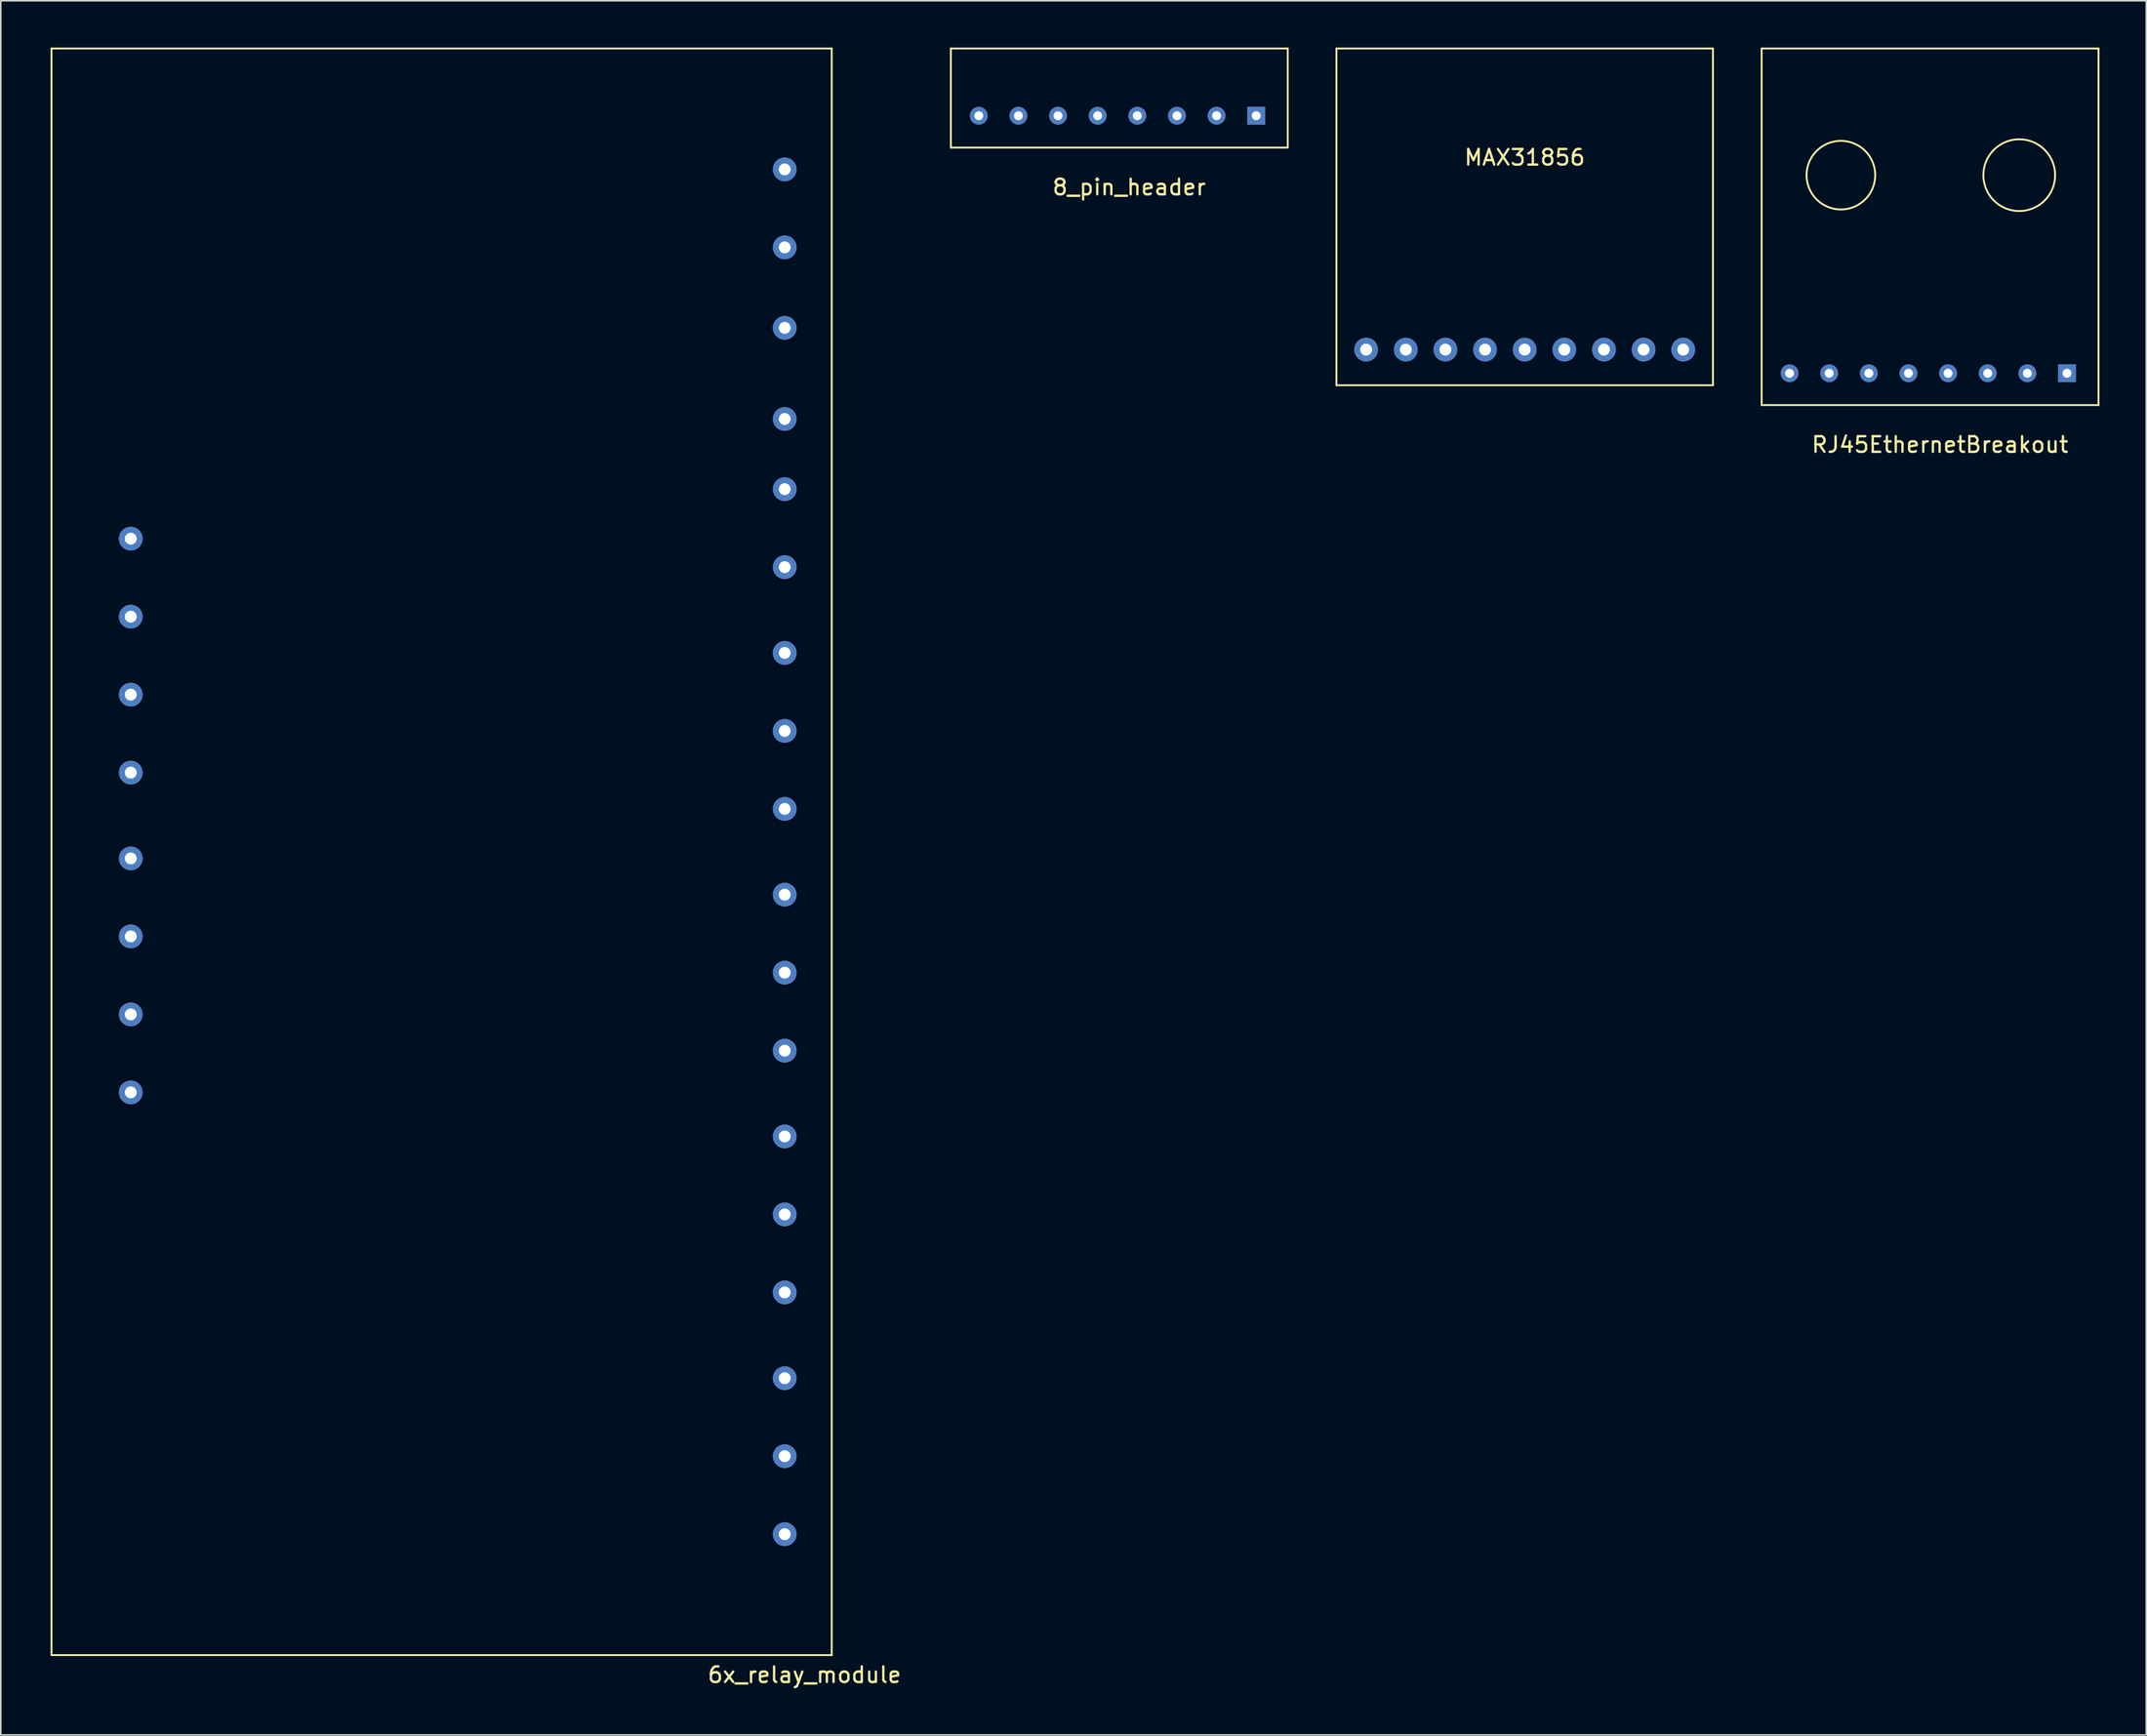
<source format=kicad_pcb>
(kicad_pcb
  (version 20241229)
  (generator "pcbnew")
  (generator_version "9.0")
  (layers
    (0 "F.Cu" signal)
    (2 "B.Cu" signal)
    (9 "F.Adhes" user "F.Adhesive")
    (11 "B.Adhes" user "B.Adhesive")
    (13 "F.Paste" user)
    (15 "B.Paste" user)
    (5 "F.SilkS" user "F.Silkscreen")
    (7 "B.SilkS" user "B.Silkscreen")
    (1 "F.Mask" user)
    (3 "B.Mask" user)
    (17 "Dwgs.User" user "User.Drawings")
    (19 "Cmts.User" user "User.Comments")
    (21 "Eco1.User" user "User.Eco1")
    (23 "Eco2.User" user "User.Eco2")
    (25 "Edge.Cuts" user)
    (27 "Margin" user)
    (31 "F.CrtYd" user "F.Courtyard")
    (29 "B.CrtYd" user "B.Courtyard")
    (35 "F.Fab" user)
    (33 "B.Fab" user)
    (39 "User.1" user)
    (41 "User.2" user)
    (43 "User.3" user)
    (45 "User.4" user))
  (footprint "8_pin_header"
    (layer "F.Cu")
    (at 69.315 4.37)
    (property "Reference" "8_pin_header" (at 0 4.58 0) (layer "F.SilkS") (effects (font (size 1 1) (thickness 0.15))))
    (attr through_hole)
    (fp_line (start -11.43 -4.31) (end 10.16 -4.31) (stroke (width 0.12) (type solid)) (layer "F.SilkS"))
    (fp_line (start -11.43 2.04) (end -11.43 -4.31) (stroke (width 0.12) (type solid)) (layer "F.SilkS"))
    (fp_line (start 10.16 -4.31) (end 10.16 2.04) (stroke (width 0.12) (type solid)) (layer "F.SilkS"))
    (fp_line (start 10.16 2.04) (end -11.43 2.04) (stroke (width 0.12) (type solid)) (layer "F.SilkS"))
    (pad "1" thru_hole rect (at 8.14 0) (size 1.143 1.143) (drill 0.572) (layers "*.Cu" "*.Mask"))
    (pad "2" thru_hole circle (at 5.6 0) (size 1.143 1.143) (drill 0.572) (layers "*.Cu" "*.Mask"))
    (pad "3" thru_hole circle (at 3.06 0) (size 1.143 1.143) (drill 0.572) (layers "*.Cu" "*.Mask"))
    (pad "4" thru_hole circle (at 0.52 0) (size 1.143 1.143) (drill 0.572) (layers "*.Cu" "*.Mask"))
    (pad "5" thru_hole circle (at -2.02 0) (size 1.143 1.143) (drill 0.572) (layers "*.Cu" "*.Mask"))
    (pad "6" thru_hole circle (at -4.56 0) (size 1.143 1.143) (drill 0.572) (layers "*.Cu" "*.Mask"))
    (pad "7" thru_hole circle (at -7.1 0) (size 1.143 1.143) (drill 0.572) (layers "*.Cu" "*.Mask"))
    (pad "8" thru_hole circle (at -9.64 0) (size 1.143 1.143) (drill 0.572) (layers "*.Cu" "*.Mask")))
  (footprint "6x_relay_module"
    (layer "F.Cu")
    (at 0.25 103.06)
    (property "Reference" "6x_relay_module" (at 48.26 1.27 0) (layer "F.SilkS") (effects (font (size 1 1) (thickness 0.15))))
    (attr through_hole)
    (fp_line (start 0 -103) (end 50 -103) (stroke (width 0.12) (type solid)) (layer "F.SilkS"))
    (fp_line (start 0 0) (end 0 -103) (stroke (width 0.12) (type solid)) (layer "F.SilkS"))
    (fp_line (start 50 0) (end 0 0) (stroke (width 0.12) (type solid)) (layer "F.SilkS"))
    (fp_line (start 50 0) (end 50 -103) (stroke (width 0.12) (type solid)) (layer "F.SilkS"))
    (pad "1" thru_hole circle (at 5.08 -71.575) (size 1.524 1.524) (drill 0.762) (layers "*.Cu" "*.Mask"))
    (pad "2" thru_hole circle (at 5.08 -66.575) (size 1.524 1.524) (drill 0.762) (layers "*.Cu" "*.Mask"))
    (pad "3" thru_hole circle (at 5.08 -61.575) (size 1.524 1.524) (drill 0.762) (layers "*.Cu" "*.Mask"))
    (pad "4" thru_hole circle (at 5.08 -56.575) (size 1.524 1.524) (drill 0.762) (layers "*.Cu" "*.Mask"))
    (pad "5" thru_hole circle (at 5.08 -51.075) (size 1.524 1.524) (drill 0.762) (layers "*.Cu" "*.Mask"))
    (pad "6" thru_hole circle (at 5.08 -46.075) (size 1.524 1.524) (drill 0.762) (layers "*.Cu" "*.Mask"))
    (pad "7" thru_hole circle (at 5.08 -41.075) (size 1.524 1.524) (drill 0.762) (layers "*.Cu" "*.Mask" "Eco2.User"))
    (pad "8" thru_hole circle (at 5.08 -36.075) (size 1.524 1.524) (drill 0.762) (layers "*.Cu" "*.Mask"))
    (pad "9" thru_hole circle (at 46.99 -95.25) (size 1.524 1.524) (drill 0.762) (layers "*.Cu" "*.Mask"))
    (pad "10" thru_hole circle (at 46.99 -90.25) (size 1.524 1.524) (drill 0.762) (layers "*.Cu" "*.Mask"))
    (pad "11" thru_hole circle (at 46.99 -85.09) (size 1.524 1.524) (drill 0.762) (layers "*.Cu" "*.Mask"))
    (pad "12" thru_hole circle (at 46.99 -79.25) (size 1.524 1.524) (drill 0.762) (layers "*.Cu" "*.Mask"))
    (pad "13" thru_hole circle (at 46.99 -74.75) (size 1.524 1.524) (drill 0.762) (layers "*.Cu" "*.Mask"))
    (pad "14" thru_hole circle (at 46.99 -69.75) (size 1.524 1.524) (drill 0.762) (layers "*.Cu" "*.Mask"))
    (pad "15" thru_hole circle (at 46.99 -64.25) (size 1.524 1.524) (drill 0.762) (layers "*.Cu" "*.Mask"))
    (pad "16" thru_hole circle (at 46.99 -59.25) (size 1.524 1.524) (drill 0.762) (layers "*.Cu" "*.Mask"))
    (pad "17" thru_hole circle (at 46.99 -54.25) (size 1.524 1.524) (drill 0.762) (layers "*.Cu" "*.Mask"))
    (pad "18" thru_hole circle (at 46.99 -48.75) (size 1.524 1.524) (drill 0.762) (layers "*.Cu" "*.Mask"))
    (pad "19" thru_hole circle (at 46.99 -43.75) (size 1.524 1.524) (drill 0.762) (layers "*.Cu" "*.Mask"))
    (pad "20" thru_hole circle (at 46.99 -38.75) (size 1.524 1.524) (drill 0.762) (layers "*.Cu" "*.Mask"))
    (pad "21" thru_hole circle (at 46.99 -33.25) (size 1.524 1.524) (drill 0.762) (layers "*.Cu" "*.Mask"))
    (pad "22" thru_hole circle (at 46.99 -28.25) (size 1.524 1.524) (drill 0.762) (layers "*.Cu" "*.Mask"))
    (pad "23" thru_hole circle (at 46.99 -23.25) (size 1.524 1.524) (drill 0.762) (layers "*.Cu" "*.Mask"))
    (pad "24" thru_hole circle (at 46.99 -17.75) (size 1.524 1.524) (drill 0.762) (layers "*.Cu" "*.Mask"))
    (pad "25" thru_hole circle (at 46.99 -12.75) (size 1.524 1.524) (drill 0.762) (layers "*.Cu" "*.Mask"))
    (pad "26" thru_hole circle (at 46.99 -7.75) (size 1.524 1.524) (drill 0.762) (layers "*.Cu" "*.Mask")))
  (footprint "RJ45EthernetBreakout"
    (layer "F.Cu")
    (at 121.275 11.49)
    (property "Reference" "RJ45EthernetBreakout" (at 0 13.97 0) (layer "F.SilkS") (effects (font (size 1 1) (thickness 0.15))))
    (attr through_hole)
    (fp_line (start -11.43 -11.43) (end 10.16 -11.43) (stroke (width 0.12) (type solid)) (layer "F.SilkS"))
    (fp_line (start -11.43 11.43) (end -11.43 -11.43) (stroke (width 0.12) (type solid)) (layer "F.SilkS"))
    (fp_line (start 10.16 -11.43) (end 10.16 11.43) (stroke (width 0.12) (type solid)) (layer "F.SilkS"))
    (fp_line (start 10.16 11.43) (end -11.43 11.43) (stroke (width 0.12) (type solid)) (layer "F.SilkS"))
    (fp_circle (center -6.35 -3.31) (end -4.15 -3.31) (stroke (width 0.12) (type solid)) (fill no) (layer "F.SilkS"))
    (fp_circle (center 5.08 -3.31) (end 7.38 -3.31) (stroke (width 0.12) (type solid)) (fill no) (layer "F.SilkS"))
    (pad "1" thru_hole rect (at 8.14 9.39) (size 1.143 1.143) (drill 0.572) (layers "*.Cu" "*.Mask"))
    (pad "2" thru_hole circle (at 5.6 9.39) (size 1.143 1.143) (drill 0.572) (layers "*.Cu" "*.Mask"))
    (pad "3" thru_hole circle (at 3.06 9.39) (size 1.143 1.143) (drill 0.572) (layers "*.Cu" "*.Mask"))
    (pad "4" thru_hole circle (at 0.52 9.39) (size 1.143 1.143) (drill 0.572) (layers "*.Cu" "*.Mask"))
    (pad "5" thru_hole circle (at -2.02 9.39) (size 1.143 1.143) (drill 0.572) (layers "*.Cu" "*.Mask"))
    (pad "6" thru_hole circle (at -4.56 9.39) (size 1.143 1.143) (drill 0.572) (layers "*.Cu" "*.Mask"))
    (pad "7" thru_hole circle (at -7.1 9.39) (size 1.143 1.143) (drill 0.572) (layers "*.Cu" "*.Mask"))
    (pad "8" thru_hole circle (at -9.64 9.39) (size 1.143 1.143) (drill 0.572) (layers "*.Cu" "*.Mask")))
  (footprint "MAX31856"
    (layer "F.Cu")
    (at 94.66 10.855)
    (property "Reference" "MAX31856" (at 0 -3.81 0) (layer "F.SilkS") (effects (font (size 1 1) (thickness 0.15))))
    (attr through_hole)
    (fp_line (start -12.065 -10.795) (end -12.065 10.795) (stroke (width 0.12) (type solid)) (layer "F.SilkS"))
    (fp_line (start -12.065 -10.795) (end 12.065 -10.795) (stroke (width 0.12) (type solid)) (layer "F.SilkS"))
    (fp_line (start -12.065 10.795) (end 12.065 10.795) (stroke (width 0.12) (type solid)) (layer "F.SilkS"))
    (fp_line (start 12.065 -10.795) (end 12.065 10.795) (stroke (width 0.12) (type solid)) (layer "F.SilkS"))
    (pad "1" thru_hole circle (at -10.16 8.509) (size 1.524 1.524) (drill 0.762) (layers "*.Cu" "*.Mask"))
    (pad "2" thru_hole circle (at -7.62 8.509) (size 1.524 1.524) (drill 0.762) (layers "*.Cu" "*.Mask"))
    (pad "3" thru_hole circle (at -5.08 8.509) (size 1.524 1.524) (drill 0.762) (layers "*.Cu" "*.Mask"))
    (pad "4" thru_hole circle (at -2.54 8.509) (size 1.524 1.524) (drill 0.762) (layers "*.Cu" "*.Mask"))
    (pad "5" thru_hole circle (at 0 8.509) (size 1.524 1.524) (drill 0.762) (layers "*.Cu" "*.Mask"))
    (pad "6" thru_hole circle (at 2.54 8.509) (size 1.524 1.524) (drill 0.762) (layers "*.Cu" "*.Mask"))
    (pad "7" thru_hole circle (at 5.08 8.509) (size 1.524 1.524) (drill 0.762) (layers "*.Cu" "*.Mask"))
    (pad "8" thru_hole circle (at 7.62 8.509) (size 1.524 1.524) (drill 0.762) (layers "*.Cu" "*.Mask"))
    (pad "9" thru_hole circle (at 10.16 8.509) (size 1.524 1.524) (drill 0.762) (layers "*.Cu" "*.Mask")))
  (gr_rect
    (start -3 -3)
    (end 134.495 108.178)
    (stroke (width 0.1) (type default))
    (fill no)
    (layer "Edge.Cuts")))
</source>
